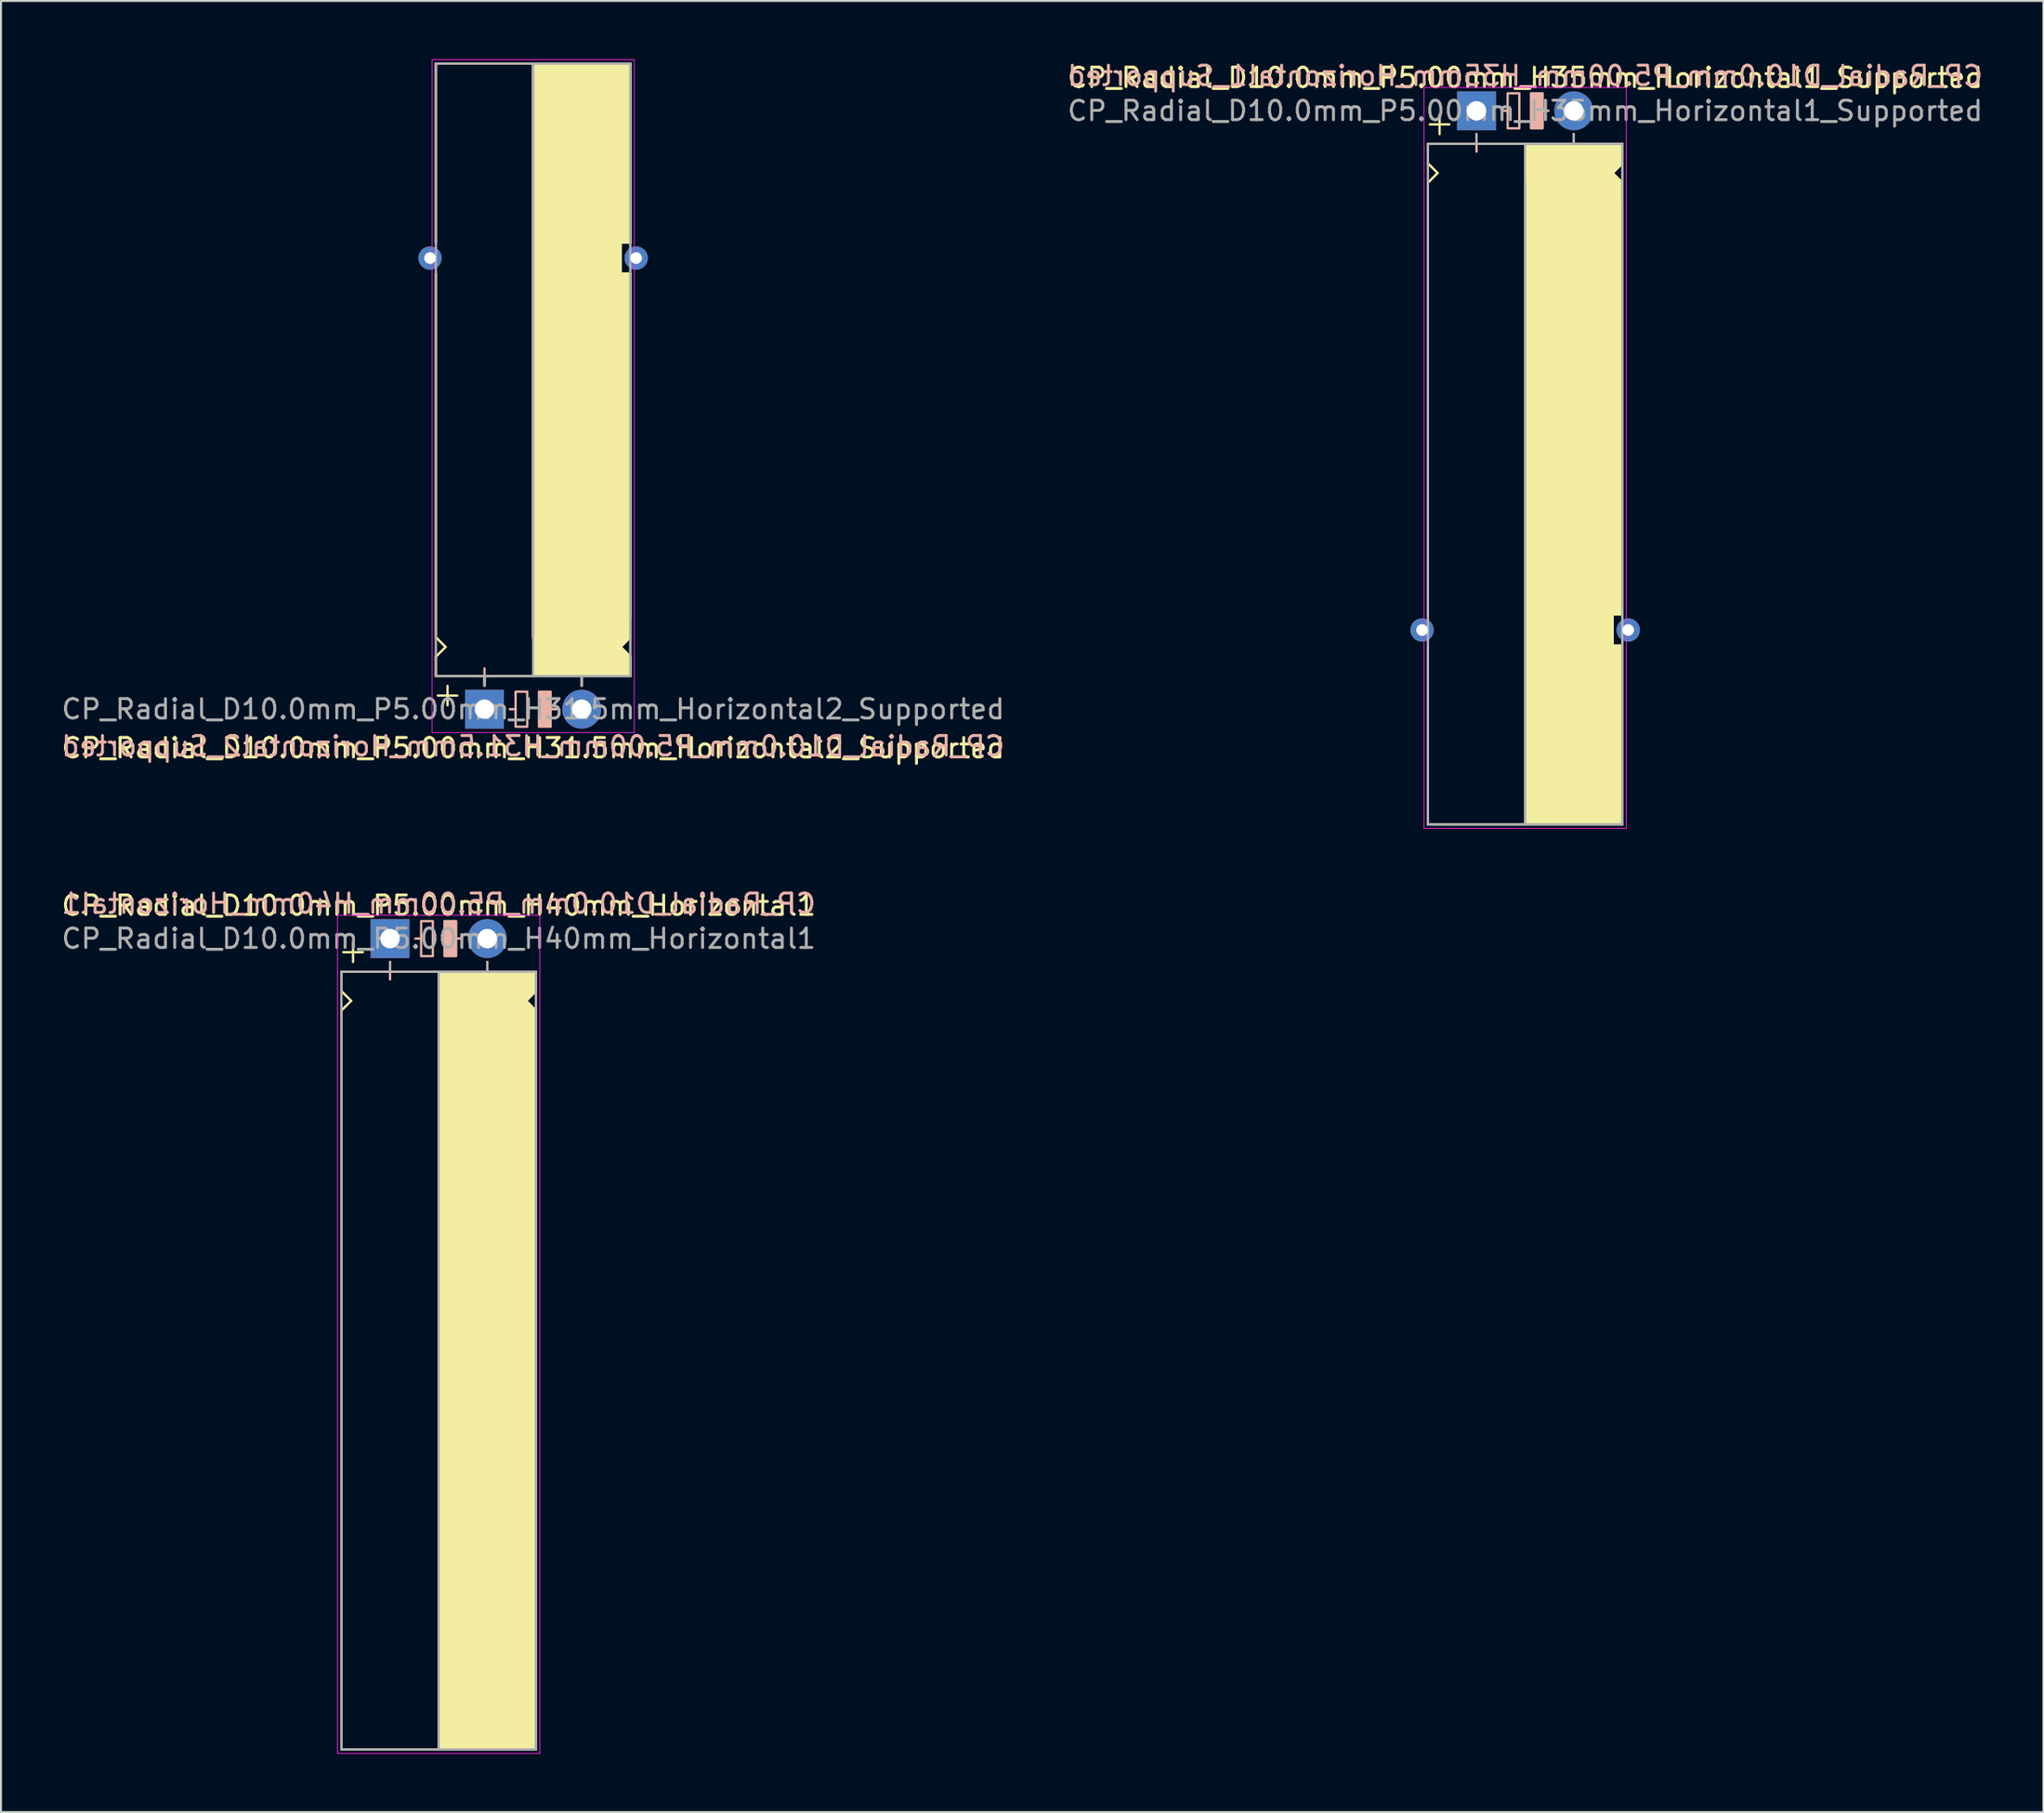
<source format=kicad_pcb>
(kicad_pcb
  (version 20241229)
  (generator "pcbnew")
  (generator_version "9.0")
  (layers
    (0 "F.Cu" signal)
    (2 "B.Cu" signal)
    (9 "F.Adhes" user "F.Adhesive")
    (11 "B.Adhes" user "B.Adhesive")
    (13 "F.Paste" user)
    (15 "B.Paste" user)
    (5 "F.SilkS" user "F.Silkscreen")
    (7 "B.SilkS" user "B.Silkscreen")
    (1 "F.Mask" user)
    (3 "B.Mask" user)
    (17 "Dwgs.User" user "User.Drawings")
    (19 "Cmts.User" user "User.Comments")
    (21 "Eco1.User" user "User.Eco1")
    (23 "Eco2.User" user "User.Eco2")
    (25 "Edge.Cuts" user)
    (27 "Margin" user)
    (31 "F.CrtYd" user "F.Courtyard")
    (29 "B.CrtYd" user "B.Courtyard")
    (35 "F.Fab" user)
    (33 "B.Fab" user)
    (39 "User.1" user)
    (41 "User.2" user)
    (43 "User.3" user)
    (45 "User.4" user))
  (footprint "CP_Radial_D10.0mm_P5.00mm_H35mm_Horizontal1_Supported"
    (layer "F.Cu")
    (at 72.875 2.648)
    (property "Reference" "CP_Radial_D10.0mm_P5.00mm_H35mm_Horizontal1_Supported" (at 2.5 -1.7 0) (layer "F.SilkS") (effects (font (size 1 1) (thickness 0.15))))
    (fp_line (start -2.5 1.7) (end -2.5 2.7) (stroke (width 0.12) (type solid)) (layer "F.SilkS"))
    (fp_line (start -2.5 2.7) (end -2 3.2) (stroke (width 0.12) (type solid)) (layer "F.SilkS"))
    (fp_line (start -2.5 3.8) (end -2.5 25.9) (stroke (width 0.12) (type solid)) (layer "F.SilkS"))
    (fp_line (start -2.5 27.5) (end -2.5 36.7) (stroke (width 0.12) (type solid)) (layer "F.SilkS"))
    (fp_line (start -2.5 36.7) (end 7.5 36.7) (stroke (width 0.12) (type solid)) (layer "F.SilkS"))
    (fp_line (start -2 3.2) (end -2.5 3.7) (stroke (width 0.12) (type solid)) (layer "F.SilkS"))
    (fp_line (start -1.9 0.2) (end -1.9 1.2) (stroke (width 0.12) (type solid)) (layer "F.SilkS"))
    (fp_line (start -1.4 0.7) (end -2.4 0.7) (stroke (width 0.12) (type solid)) (layer "F.SilkS"))
    (fp_line (start 0 1.7) (end 0 1.2) (stroke (width 0.12) (type solid)) (layer "F.SilkS"))
    (fp_line (start 2.5 1.7) (end -2.5 1.7) (stroke (width 0.12) (type solid)) (layer "F.SilkS"))
    (fp_line (start 2.5 36.7) (end 2.5 3.7) (stroke (width 0.12) (type solid)) (layer "F.SilkS"))
    (fp_line (start 5 1.7) (end 5 1.2) (stroke (width 0.12) (type solid)) (layer "F.SilkS"))
    (fp_line (start 7 3.2) (end 7.5 3.7) (stroke (width 0.12) (type solid)) (layer "F.SilkS"))
    (fp_line (start 7 25.9) (end 7.5 25.9) (stroke (width 0.12) (type solid)) (layer "F.SilkS"))
    (fp_line (start 7 26.9) (end 7 25.9) (stroke (width 0.12) (type solid)) (layer "F.SilkS"))
    (fp_line (start 7 27.5) (end 7 26.9) (stroke (width 0.12) (type solid)) (layer "F.SilkS"))
    (fp_line (start 7.5 1.7) (end 2.5 1.7) (stroke (width 0.12) (type solid)) (layer "F.SilkS"))
    (fp_line (start 7.5 1.7) (end 7.5 2.7) (stroke (width 0.12) (type solid)) (layer "F.SilkS"))
    (fp_line (start 7.5 2.7) (end 7 3.2) (stroke (width 0.12) (type solid)) (layer "F.SilkS"))
    (fp_line (start 7.5 4.7) (end 7.5 25.9) (stroke (width 0.12) (type solid)) (layer "F.SilkS"))
    (fp_line (start 7.5 27.5) (end 7 27.5) (stroke (width 0.12) (type solid)) (layer "F.SilkS"))
    (fp_line (start 7.5 27.5) (end 7.5 36.7) (stroke (width 0.12) (type solid)) (layer "F.SilkS"))
    (fp_poly (pts (xy 7.5 2.7) (xy 7 3.2) (xy 7.5 3.7) (xy 7.5 25.9) (xy 7 25.9) (xy 7 27.5) (xy 7.5 27.5) (xy 7.5 36.7) (xy 2.5 36.7) (xy 2.5 1.7) (xy 7.5 1.7)) (stroke (width 0.1) (type solid)) (fill yes) (layer "F.SilkS"))
    (fp_line (start 0 1.3) (end 0 2.1) (stroke (width 0.12) (type solid)) (layer "B.SilkS"))
    (fp_line (start 0.4 1.7) (end -0.4 1.7) (stroke (width 0.12) (type solid)) (layer "B.SilkS"))
    (fp_line (start 1.6 0) (end 1.3 0) (stroke (width 0.12) (type solid)) (layer "B.SilkS"))
    (fp_line (start 3.7 0) (end 3.4 0) (stroke (width 0.12) (type solid)) (layer "B.SilkS"))
    (fp_rect (start 2.2 -0.9) (end 1.6 0.9) (stroke (width 0.12) (type solid)) (fill no) (layer "B.SilkS"))
    (fp_rect (start 3.4 -0.9) (end 2.8 0.9) (stroke (width 0.12) (type solid)) (fill yes) (layer "B.SilkS"))
    (fp_line (start -2.7 -1.2) (end 5.3 -1.2) (stroke (width 0.04) (type solid)) (layer "F.CrtYd"))
    (fp_line (start -2.7 36.9) (end -2.7 -1.2) (stroke (width 0.04) (type solid)) (layer "F.CrtYd"))
    (fp_line (start 5.3 -1.2) (end 7.7 -1.2) (stroke (width 0.04) (type solid)) (layer "F.CrtYd"))
    (fp_line (start 7.7 -1.2) (end 7.7 36.9) (stroke (width 0.04) (type solid)) (layer "F.CrtYd"))
    (fp_line (start 7.7 36.9) (end -2.7 36.9) (stroke (width 0.04) (type solid)) (layer "F.CrtYd"))
    (fp_line (start -2.5 1.7) (end -2.5 36.7) (stroke (width 0.12) (type solid)) (layer "F.Fab"))
    (fp_line (start -2.5 36.7) (end 7.5 36.7) (stroke (width 0.12) (type solid)) (layer "F.Fab"))
    (fp_line (start 0 1.7) (end 0 1.2) (stroke (width 0.12) (type solid)) (layer "F.Fab"))
    (fp_line (start 2.5 3.7) (end 2.5 36.7) (stroke (width 0.12) (type solid)) (layer "F.Fab"))
    (fp_line (start 5 1.7) (end 5 1.2) (stroke (width 0.12) (type solid)) (layer "F.Fab"))
    (fp_line (start 7.5 1.7) (end -2.5 1.7) (stroke (width 0.12) (type solid)) (layer "F.Fab"))
    (fp_line (start 7.5 36.7) (end 7.5 1.7) (stroke (width 0.12) (type solid)) (layer "F.Fab"))
    (fp_poly (pts (xy 7.5 36.7) (xy 2.5 36.7) (xy 2.5 1.7) (xy 7.5 1.7)) (stroke (width 0.1) (type solid)) (fill no) (layer "F.Fab"))
    (fp_text user "${REFERENCE}" (at 2.5 -1.8 0) (layer "B.SilkS") (effects (font (size 1 1) (thickness 0.15)) (justify mirror)))
    (fp_text user "${REFERENCE}" (at 2.5 0 0) (layer "F.Fab") (effects (font (size 1 1) (thickness 0.15))))
    (pad "1" thru_hole rect (at 0 0) (size 2 2) (drill 1) (layers "*.Cu" "*.Mask"))
    (pad "2" thru_hole circle (at 5 0) (size 2 2) (drill 1) (layers "*.Cu" "*.Mask"))
    (pad "~" thru_hole circle (at -2.8 26.7) (size 1.2 1.2) (drill 0.6) (layers "*.Cu" "*.Mask"))
    (pad "~" thru_hole circle (at 7.8 26.7) (size 1.2 1.2) (drill 0.6) (layers "*.Cu" "*.Mask")))
  (footprint "CP_Radial_D10.0mm_P5.00mm_H31.5mm_Horizontal2_Supported"
    (layer "F.Cu")
    (at 21.863 33.42)
    (property "Reference" "CP_Radial_D10.0mm_P5.00mm_H31.5mm_Horizontal2_Supported" (at 2.5 2 0) (layer "F.SilkS") (effects (font (size 1 1) (thickness 0.15))))
    (fp_line (start -2.5 -33.2) (end 7.5 -33.2) (stroke (width 0.12) (type solid)) (layer "F.SilkS"))
    (fp_line (start -2.5 -24) (end -2.5 -33.2) (stroke (width 0.12) (type solid)) (layer "F.SilkS"))
    (fp_line (start -2.5 -3.8) (end -2.5 -22.4) (stroke (width 0.12) (type solid)) (layer "F.SilkS"))
    (fp_line (start -2.5 -2.7) (end -2 -3.2) (stroke (width 0.12) (type solid)) (layer "F.SilkS"))
    (fp_line (start -2.5 -1.7) (end -2.5 -2.7) (stroke (width 0.12) (type solid)) (layer "F.SilkS"))
    (fp_line (start -2 -3.2) (end -2.5 -3.7) (stroke (width 0.12) (type solid)) (layer "F.SilkS"))
    (fp_line (start -1.9 -1.2) (end -1.9 -0.2) (stroke (width 0.12) (type solid)) (layer "F.SilkS"))
    (fp_line (start -1.4 -0.7) (end -2.4 -0.7) (stroke (width 0.12) (type solid)) (layer "F.SilkS"))
    (fp_line (start 0 -1.7) (end 0 -1.2) (stroke (width 0.12) (type solid)) (layer "F.SilkS"))
    (fp_line (start 2.5 -33.2) (end 2.5 -3.7) (stroke (width 0.12) (type solid)) (layer "F.SilkS"))
    (fp_line (start 2.5 -1.7) (end -2.5 -1.7) (stroke (width 0.12) (type solid)) (layer "F.SilkS"))
    (fp_line (start 5 -1.7) (end 5 -1.2) (stroke (width 0.12) (type solid)) (layer "F.SilkS"))
    (fp_line (start 7 -24) (end 7 -23.4) (stroke (width 0.12) (type solid)) (layer "F.SilkS"))
    (fp_line (start 7 -23.4) (end 7 -22.4) (stroke (width 0.12) (type solid)) (layer "F.SilkS"))
    (fp_line (start 7 -22.4) (end 7.5 -22.4) (stroke (width 0.12) (type solid)) (layer "F.SilkS"))
    (fp_line (start 7 -3.2) (end 7.5 -3.7) (stroke (width 0.12) (type solid)) (layer "F.SilkS"))
    (fp_line (start 7.5 -24) (end 7 -24) (stroke (width 0.12) (type solid)) (layer "F.SilkS"))
    (fp_line (start 7.5 -24) (end 7.5 -33.2) (stroke (width 0.12) (type solid)) (layer "F.SilkS"))
    (fp_line (start 7.5 -4.7) (end 7.5 -22.4) (stroke (width 0.12) (type solid)) (layer "F.SilkS"))
    (fp_line (start 7.5 -2.7) (end 7 -3.2) (stroke (width 0.12) (type solid)) (layer "F.SilkS"))
    (fp_line (start 7.5 -1.7) (end 2.5 -1.7) (stroke (width 0.12) (type solid)) (layer "F.SilkS"))
    (fp_line (start 7.5 -1.7) (end 7.5 -2.7) (stroke (width 0.12) (type solid)) (layer "F.SilkS"))
    (fp_poly (pts (xy 7.5 -2.7) (xy 7 -3.2) (xy 7.5 -3.7) (xy 7.5 -22.4) (xy 7 -22.4) (xy 7 -24) (xy 7.5 -24) (xy 7.5 -33.2) (xy 2.5 -33.2) (xy 2.5 -1.7) (xy 7.5 -1.7)) (stroke (width 0.1) (type solid)) (fill yes) (layer "F.SilkS"))
    (fp_line (start 0 -2.1) (end 0 -1.3) (stroke (width 0.12) (type solid)) (layer "B.SilkS"))
    (fp_line (start 0.4 -1.7) (end -0.4 -1.7) (stroke (width 0.12) (type solid)) (layer "B.SilkS"))
    (fp_line (start 1.6 0) (end 1.3 0) (stroke (width 0.12) (type solid)) (layer "B.SilkS"))
    (fp_line (start 3.7 0) (end 3.4 0) (stroke (width 0.12) (type solid)) (layer "B.SilkS"))
    (fp_rect (start 2.2 -0.9) (end 1.6 0.9) (stroke (width 0.12) (type solid)) (fill no) (layer "B.SilkS"))
    (fp_rect (start 3.4 -0.9) (end 2.8 0.9) (stroke (width 0.12) (type solid)) (fill yes) (layer "B.SilkS"))
    (fp_line (start -2.7 -33.4) (end -2.7 1.2) (stroke (width 0.04) (type solid)) (layer "F.CrtYd"))
    (fp_line (start -2.7 1.2) (end 5.3 1.2) (stroke (width 0.04) (type solid)) (layer "F.CrtYd"))
    (fp_line (start 5.3 1.2) (end 7.7 1.2) (stroke (width 0.04) (type solid)) (layer "F.CrtYd"))
    (fp_line (start 7.7 -33.4) (end -2.7 -33.4) (stroke (width 0.04) (type solid)) (layer "F.CrtYd"))
    (fp_line (start 7.7 1.2) (end 7.7 -33.4) (stroke (width 0.04) (type solid)) (layer "F.CrtYd"))
    (fp_line (start -2.5 -33.2) (end 7.5 -33.2) (stroke (width 0.12) (type solid)) (layer "F.Fab"))
    (fp_line (start -2.5 -1.7) (end -2.5 -33.2) (stroke (width 0.12) (type solid)) (layer "F.Fab"))
    (fp_line (start 0 -1.7) (end 0 -1.2) (stroke (width 0.12) (type solid)) (layer "F.Fab"))
    (fp_line (start 2.5 -3.7) (end 2.5 -33.2) (stroke (width 0.12) (type solid)) (layer "F.Fab"))
    (fp_line (start 5 -1.7) (end 5 -1.2) (stroke (width 0.12) (type solid)) (layer "F.Fab"))
    (fp_line (start 7.5 -33.2) (end 7.5 -1.7) (stroke (width 0.12) (type solid)) (layer "F.Fab"))
    (fp_line (start 7.5 -1.7) (end -2.5 -1.7) (stroke (width 0.12) (type solid)) (layer "F.Fab"))
    (fp_poly (pts (xy 7.5 -33.2) (xy 2.5 -33.2) (xy 2.5 -1.7) (xy 7.5 -1.7)) (stroke (width 0.1) (type solid)) (fill no) (layer "F.Fab"))
    (fp_text user "${REFERENCE}" (at 2.5 1.9 0) (layer "B.SilkS") (effects (font (size 1 1) (thickness 0.15)) (justify mirror)))
    (fp_text user "${REFERENCE}" (at 2.5 0 0) (layer "F.Fab") (effects (font (size 1 1) (thickness 0.15))))
    (pad "1" thru_hole rect (at 0 0) (size 2 2) (drill 1) (layers "*.Cu" "*.Mask"))
    (pad "2" thru_hole circle (at 5 0) (size 2 2) (drill 1) (layers "*.Cu" "*.Mask"))
    (pad "~" thru_hole circle (at -2.8 -23.2 180) (size 1.2 1.2) (drill 0.6) (layers "*.Cu" "*.Mask"))
    (pad "~" thru_hole circle (at 7.8 -23.2 180) (size 1.2 1.2) (drill 0.6) (layers "*.Cu" "*.Mask")))
  (footprint "CP_Radial_D10.0mm_P5.00mm_H40mm_Horizontal1"
    (layer "F.Cu")
    (at 17.006 45.217)
    (property "Reference" "CP_Radial_D10.0mm_P5.00mm_H40mm_Horizontal1" (at 2.5 -1.7 0) (layer "F.SilkS") (effects (font (size 1 1) (thickness 0.15))))
    (fp_line (start -2.5 1.7) (end -2.5 2.7) (stroke (width 0.12) (type solid)) (layer "F.SilkS"))
    (fp_line (start -2.5 2.7) (end -2 3.2) (stroke (width 0.12) (type solid)) (layer "F.SilkS"))
    (fp_line (start -2.5 3.7) (end -2.5 11.7) (stroke (width 0.12) (type solid)) (layer "F.SilkS"))
    (fp_line (start -2.5 11.7) (end -2.5 41.7) (stroke (width 0.12) (type solid)) (layer "F.SilkS"))
    (fp_line (start -2.5 41.7) (end 7.5 41.7) (stroke (width 0.12) (type solid)) (layer "F.SilkS"))
    (fp_line (start -2 3.2) (end -2.5 3.7) (stroke (width 0.12) (type solid)) (layer "F.SilkS"))
    (fp_line (start -1.9 0.2) (end -1.9 1.2) (stroke (width 0.12) (type solid)) (layer "F.SilkS"))
    (fp_line (start -1.4 0.7) (end -2.4 0.7) (stroke (width 0.12) (type solid)) (layer "F.SilkS"))
    (fp_line (start 0 1.7) (end 0 1.2) (stroke (width 0.12) (type solid)) (layer "F.SilkS"))
    (fp_line (start 2.5 1.7) (end -2.5 1.7) (stroke (width 0.12) (type solid)) (layer "F.SilkS"))
    (fp_line (start 2.5 41.7) (end 2.5 1.7) (stroke (width 0.12) (type solid)) (layer "F.SilkS"))
    (fp_line (start 5 1.7) (end 5 1.2) (stroke (width 0.12) (type solid)) (layer "F.SilkS"))
    (fp_line (start 7 3.2) (end 7.5 3.7) (stroke (width 0.12) (type solid)) (layer "F.SilkS"))
    (fp_line (start 7.5 1.7) (end 2.5 1.7) (stroke (width 0.12) (type solid)) (layer "F.SilkS"))
    (fp_line (start 7.5 1.7) (end 7.5 2.7) (stroke (width 0.12) (type solid)) (layer "F.SilkS"))
    (fp_line (start 7.5 2.7) (end 7 3.2) (stroke (width 0.12) (type solid)) (layer "F.SilkS"))
    (fp_line (start 7.5 3.7) (end 7.5 11.7) (stroke (width 0.12) (type solid)) (layer "F.SilkS"))
    (fp_line (start 7.5 11.7) (end 7.5 41.7) (stroke (width 0.12) (type solid)) (layer "F.SilkS"))
    (fp_poly (pts (xy 7.5 2.7) (xy 7 3.2) (xy 7.5 3.7) (xy 7.5 41.7) (xy 2.5 41.7) (xy 2.5 1.7) (xy 7.5 1.7)) (stroke (width 0.1) (type solid)) (fill yes) (layer "F.SilkS"))
    (fp_line (start 0 1.3) (end 0 2.1) (stroke (width 0.12) (type solid)) (layer "B.SilkS"))
    (fp_line (start 0.4 1.7) (end -0.4 1.7) (stroke (width 0.12) (type solid)) (layer "B.SilkS"))
    (fp_line (start 1.6 0) (end 1.3 0) (stroke (width 0.12) (type solid)) (layer "B.SilkS"))
    (fp_line (start 3.7 0) (end 3.4 0) (stroke (width 0.12) (type solid)) (layer "B.SilkS"))
    (fp_rect (start 2.2 -0.9) (end 1.6 0.9) (stroke (width 0.12) (type solid)) (fill no) (layer "B.SilkS"))
    (fp_rect (start 3.4 -0.9) (end 2.8 0.9) (stroke (width 0.12) (type solid)) (fill yes) (layer "B.SilkS"))
    (fp_line (start -2.7 -1.2) (end 5.3 -1.2) (stroke (width 0.04) (type solid)) (layer "F.CrtYd"))
    (fp_line (start -2.7 41.9) (end -2.7 -1.2) (stroke (width 0.04) (type solid)) (layer "F.CrtYd"))
    (fp_line (start 5.3 -1.2) (end 7.7 -1.2) (stroke (width 0.04) (type solid)) (layer "F.CrtYd"))
    (fp_line (start 7.7 -1.2) (end 7.7 41.9) (stroke (width 0.04) (type solid)) (layer "F.CrtYd"))
    (fp_line (start 7.7 41.9) (end -2.7 41.9) (stroke (width 0.04) (type solid)) (layer "F.CrtYd"))
    (fp_line (start -2.5 1.7) (end -2.5 41.7) (stroke (width 0.12) (type solid)) (layer "F.Fab"))
    (fp_line (start -2.5 41.7) (end 7.5 41.7) (stroke (width 0.12) (type solid)) (layer "F.Fab"))
    (fp_line (start 0 1.7) (end 0 1.2) (stroke (width 0.12) (type solid)) (layer "F.Fab"))
    (fp_line (start 2.5 1.7) (end 2.5 41.7) (stroke (width 0.12) (type solid)) (layer "F.Fab"))
    (fp_line (start 5 1.7) (end 5 1.2) (stroke (width 0.12) (type solid)) (layer "F.Fab"))
    (fp_line (start 7.5 1.7) (end -2.5 1.7) (stroke (width 0.12) (type solid)) (layer "F.Fab"))
    (fp_line (start 7.5 41.7) (end 7.5 1.7) (stroke (width 0.12) (type solid)) (layer "F.Fab"))
    (fp_poly (pts (xy 7.5 41.7) (xy 2.5 41.7) (xy 2.5 1.7) (xy 7.5 1.7)) (stroke (width 0.1) (type solid)) (fill no) (layer "F.Fab"))
    (fp_text user "${REFERENCE}" (at 2.5 -1.8 0) (layer "B.SilkS") (effects (font (size 1 1) (thickness 0.15)) (justify mirror)))
    (fp_text user "${REFERENCE}" (at 2.5 0 0) (layer "F.Fab") (effects (font (size 1 1) (thickness 0.15))))
    (pad "1" thru_hole rect (at 0 0) (size 2 2) (drill 1) (layers "*.Cu" "*.Mask"))
    (pad "2" thru_hole circle (at 5 0) (size 2 2) (drill 1) (layers "*.Cu" "*.Mask")))
  (gr_rect
    (start -3 -3)
    (end 102.024 90.136)
    (stroke (width 0.1) (type default))
    (fill no)
    (layer "Edge.Cuts")))
</source>
